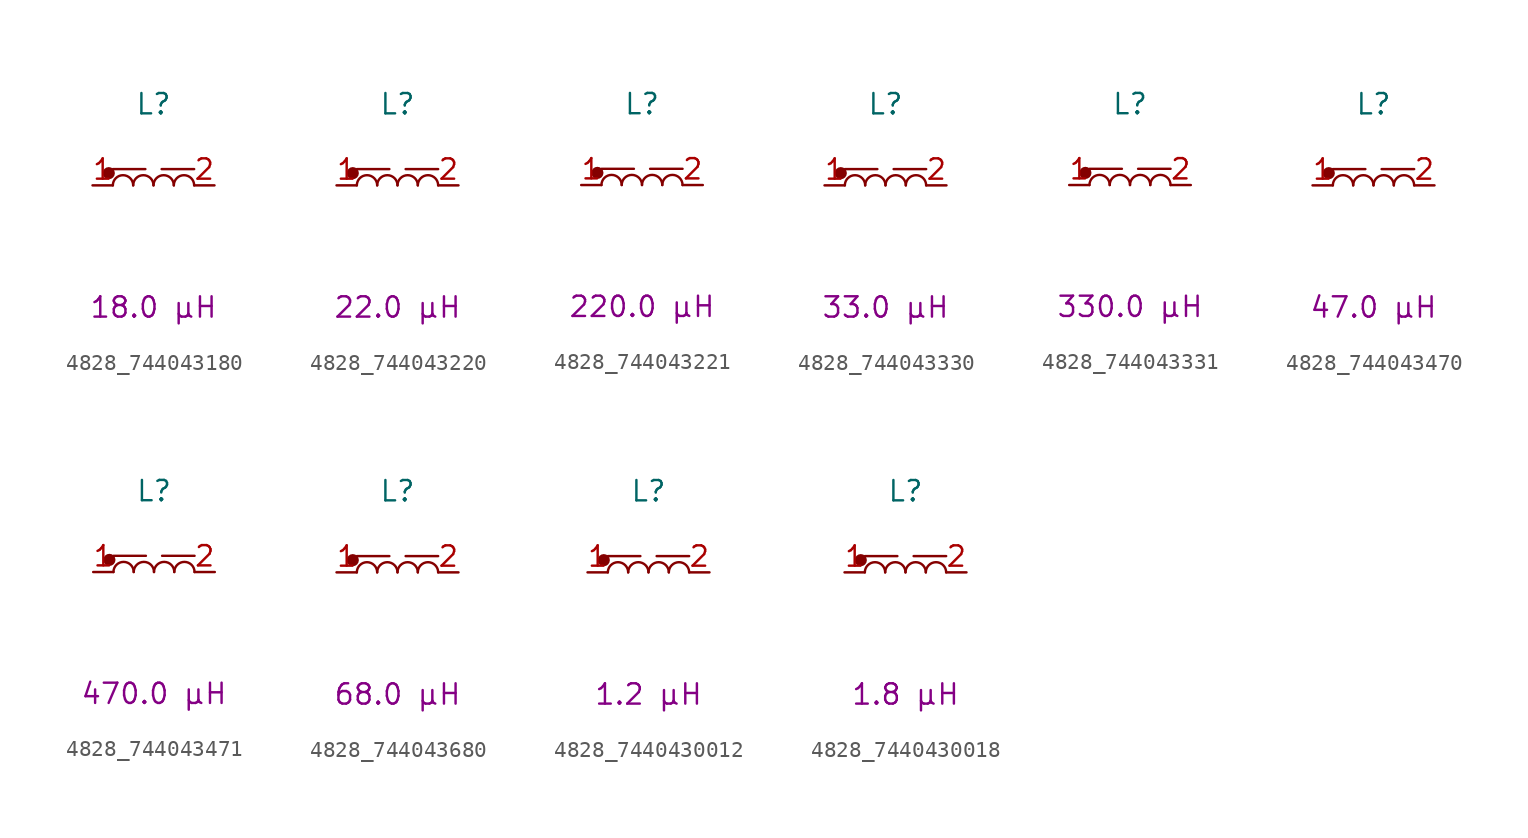
<source format=kicad_sym>
(kicad_symbol_lib
  (version 20220914)
  (generator kicad_symbol_editor)
  (symbol "4828_744043180"
    (pin_names hide)
    (property "Reference" "L"
      (at 0 5.08 0)
      (effects (font (size 1.27 1.27))))
    (property "Critical Parameter" "18.0 µH"
      (at 0 -7.62 0)
      (effects (font (size 1.27 1.27))))
    (symbol "4828_744043180_0_1"
      (arc (start -1.27 0) (mid -1.905 0.6323) (end -2.54 0) (stroke (width 0) (type default)) (fill (type none)))
      (arc (start 0 0) (mid -0.635 0.6323) (end -1.27 0) (stroke (width 0) (type default)) (fill (type none)))
      (polyline (pts (xy -2.54 1.016) (xy -0.508 1.016)) (stroke (width 0) (type default)) (fill (type none)))
      (arc (start 1.27 0) (mid 0.635 0.6323) (end 0 0) (stroke (width 0) (type default)) (fill (type none)))
      (arc (start 2.54 0) (mid 1.905 0.6323) (end 1.27 0) (stroke (width 0) (type default)) (fill (type none))))
    (symbol "4828_744043180_1_1"
      (circle (center -2.794 0.762) (radius 0.0001) (stroke (width 0.381) (type default)) (fill (type none)))
      (polyline (pts (xy 2.54 1.016) (xy 0.508 1.016)) (stroke (width 0) (type default)) (fill (type none)))
      (pin passive line (at -3.81 0 0) (length 1.27) (name "1" (effects (font (size 1.27 1.27)))) (number "1" (effects (font (size 1.27 1.27)))))
      (pin passive line (at 3.81 0 180) (length 1.27) (name "2" (effects (font (size 1.27 1.27)))) (number "2" (effects (font (size 1.27 1.27)))))))
  (symbol "4828_744043220"
    (pin_names hide)
    (property "Reference" "L"
      (at 0 5.08 0)
      (effects (font (size 1.27 1.27))))
    (property "Critical Parameter" "22.0 µH"
      (at 0 -7.62 0)
      (effects (font (size 1.27 1.27))))
    (symbol "4828_744043220_0_1"
      (arc (start -1.27 0) (mid -1.905 0.6323) (end -2.54 0) (stroke (width 0) (type default)) (fill (type none)))
      (arc (start 0 0) (mid -0.635 0.6323) (end -1.27 0) (stroke (width 0) (type default)) (fill (type none)))
      (polyline (pts (xy -2.54 1.016) (xy -0.508 1.016)) (stroke (width 0) (type default)) (fill (type none)))
      (arc (start 1.27 0) (mid 0.635 0.6323) (end 0 0) (stroke (width 0) (type default)) (fill (type none)))
      (arc (start 2.54 0) (mid 1.905 0.6323) (end 1.27 0) (stroke (width 0) (type default)) (fill (type none))))
    (symbol "4828_744043220_1_1"
      (circle (center -2.794 0.762) (radius 0.0001) (stroke (width 0.381) (type default)) (fill (type none)))
      (polyline (pts (xy 2.54 1.016) (xy 0.508 1.016)) (stroke (width 0) (type default)) (fill (type none)))
      (pin passive line (at -3.81 0 0) (length 1.27) (name "1" (effects (font (size 1.27 1.27)))) (number "1" (effects (font (size 1.27 1.27)))))
      (pin passive line (at 3.81 0 180) (length 1.27) (name "2" (effects (font (size 1.27 1.27)))) (number "2" (effects (font (size 1.27 1.27)))))))
  (symbol "4828_744043221"
    (pin_names hide)
    (property "Reference" "L"
      (at 0 5.08 0)
      (effects (font (size 1.27 1.27))))
    (property "Critical Parameter" "220.0 µH"
      (at 0 -7.62 0)
      (effects (font (size 1.27 1.27))))
    (symbol "4828_744043221_0_1"
      (arc (start -1.27 0) (mid -1.905 0.6323) (end -2.54 0) (stroke (width 0) (type default)) (fill (type none)))
      (arc (start 0 0) (mid -0.635 0.6323) (end -1.27 0) (stroke (width 0) (type default)) (fill (type none)))
      (polyline (pts (xy -2.54 1.016) (xy -0.508 1.016)) (stroke (width 0) (type default)) (fill (type none)))
      (arc (start 1.27 0) (mid 0.635 0.6323) (end 0 0) (stroke (width 0) (type default)) (fill (type none)))
      (arc (start 2.54 0) (mid 1.905 0.6323) (end 1.27 0) (stroke (width 0) (type default)) (fill (type none))))
    (symbol "4828_744043221_1_1"
      (circle (center -2.794 0.762) (radius 0.0001) (stroke (width 0.381) (type default)) (fill (type none)))
      (polyline (pts (xy 2.54 1.016) (xy 0.508 1.016)) (stroke (width 0) (type default)) (fill (type none)))
      (pin passive line (at -3.81 0 0) (length 1.27) (name "1" (effects (font (size 1.27 1.27)))) (number "1" (effects (font (size 1.27 1.27)))))
      (pin passive line (at 3.81 0 180) (length 1.27) (name "2" (effects (font (size 1.27 1.27)))) (number "2" (effects (font (size 1.27 1.27)))))))
  (symbol "4828_744043330"
    (pin_names hide)
    (property "Reference" "L"
      (at 0 5.08 0)
      (effects (font (size 1.27 1.27))))
    (property "Critical Parameter" "33.0 µH"
      (at 0 -7.62 0)
      (effects (font (size 1.27 1.27))))
    (symbol "4828_744043330_0_1"
      (arc (start -1.27 0) (mid -1.905 0.6323) (end -2.54 0) (stroke (width 0) (type default)) (fill (type none)))
      (arc (start 0 0) (mid -0.635 0.6323) (end -1.27 0) (stroke (width 0) (type default)) (fill (type none)))
      (polyline (pts (xy -2.54 1.016) (xy -0.508 1.016)) (stroke (width 0) (type default)) (fill (type none)))
      (arc (start 1.27 0) (mid 0.635 0.6323) (end 0 0) (stroke (width 0) (type default)) (fill (type none)))
      (arc (start 2.54 0) (mid 1.905 0.6323) (end 1.27 0) (stroke (width 0) (type default)) (fill (type none))))
    (symbol "4828_744043330_1_1"
      (circle (center -2.794 0.762) (radius 0.0001) (stroke (width 0.381) (type default)) (fill (type none)))
      (polyline (pts (xy 2.54 1.016) (xy 0.508 1.016)) (stroke (width 0) (type default)) (fill (type none)))
      (pin passive line (at -3.81 0 0) (length 1.27) (name "1" (effects (font (size 1.27 1.27)))) (number "1" (effects (font (size 1.27 1.27)))))
      (pin passive line (at 3.81 0 180) (length 1.27) (name "2" (effects (font (size 1.27 1.27)))) (number "2" (effects (font (size 1.27 1.27)))))))
  (symbol "4828_744043331"
    (pin_names hide)
    (property "Reference" "L"
      (at 0 5.08 0)
      (effects (font (size 1.27 1.27))))
    (property "Critical Parameter" "330.0 µH"
      (at 0 -7.62 0)
      (effects (font (size 1.27 1.27))))
    (symbol "4828_744043331_0_1"
      (arc (start -1.27 0) (mid -1.905 0.6323) (end -2.54 0) (stroke (width 0) (type default)) (fill (type none)))
      (arc (start 0 0) (mid -0.635 0.6323) (end -1.27 0) (stroke (width 0) (type default)) (fill (type none)))
      (polyline (pts (xy -2.54 1.016) (xy -0.508 1.016)) (stroke (width 0) (type default)) (fill (type none)))
      (arc (start 1.27 0) (mid 0.635 0.6323) (end 0 0) (stroke (width 0) (type default)) (fill (type none)))
      (arc (start 2.54 0) (mid 1.905 0.6323) (end 1.27 0) (stroke (width 0) (type default)) (fill (type none))))
    (symbol "4828_744043331_1_1"
      (circle (center -2.794 0.762) (radius 0.0001) (stroke (width 0.381) (type default)) (fill (type none)))
      (polyline (pts (xy 2.54 1.016) (xy 0.508 1.016)) (stroke (width 0) (type default)) (fill (type none)))
      (pin passive line (at -3.81 0 0) (length 1.27) (name "1" (effects (font (size 1.27 1.27)))) (number "1" (effects (font (size 1.27 1.27)))))
      (pin passive line (at 3.81 0 180) (length 1.27) (name "2" (effects (font (size 1.27 1.27)))) (number "2" (effects (font (size 1.27 1.27)))))))
  (symbol "4828_744043470"
    (pin_names hide)
    (property "Reference" "L"
      (at 0 5.08 0)
      (effects (font (size 1.27 1.27))))
    (property "Critical Parameter" "47.0 µH"
      (at 0 -7.62 0)
      (effects (font (size 1.27 1.27))))
    (symbol "4828_744043470_0_1"
      (arc (start -1.27 0) (mid -1.905 0.6323) (end -2.54 0) (stroke (width 0) (type default)) (fill (type none)))
      (arc (start 0 0) (mid -0.635 0.6323) (end -1.27 0) (stroke (width 0) (type default)) (fill (type none)))
      (polyline (pts (xy -2.54 1.016) (xy -0.508 1.016)) (stroke (width 0) (type default)) (fill (type none)))
      (arc (start 1.27 0) (mid 0.635 0.6323) (end 0 0) (stroke (width 0) (type default)) (fill (type none)))
      (arc (start 2.54 0) (mid 1.905 0.6323) (end 1.27 0) (stroke (width 0) (type default)) (fill (type none))))
    (symbol "4828_744043470_1_1"
      (circle (center -2.794 0.762) (radius 0.0001) (stroke (width 0.381) (type default)) (fill (type none)))
      (polyline (pts (xy 2.54 1.016) (xy 0.508 1.016)) (stroke (width 0) (type default)) (fill (type none)))
      (pin passive line (at -3.81 0 0) (length 1.27) (name "1" (effects (font (size 1.27 1.27)))) (number "1" (effects (font (size 1.27 1.27)))))
      (pin passive line (at 3.81 0 180) (length 1.27) (name "2" (effects (font (size 1.27 1.27)))) (number "2" (effects (font (size 1.27 1.27)))))))
  (symbol "4828_744043471"
    (pin_names hide)
    (property "Reference" "L"
      (at 0 5.08 0)
      (effects (font (size 1.27 1.27))))
    (property "Critical Parameter" "470.0 µH"
      (at 0 -7.62 0)
      (effects (font (size 1.27 1.27))))
    (symbol "4828_744043471_0_1"
      (arc (start -1.27 0) (mid -1.905 0.6323) (end -2.54 0) (stroke (width 0) (type default)) (fill (type none)))
      (arc (start 0 0) (mid -0.635 0.6323) (end -1.27 0) (stroke (width 0) (type default)) (fill (type none)))
      (polyline (pts (xy -2.54 1.016) (xy -0.508 1.016)) (stroke (width 0) (type default)) (fill (type none)))
      (arc (start 1.27 0) (mid 0.635 0.6323) (end 0 0) (stroke (width 0) (type default)) (fill (type none)))
      (arc (start 2.54 0) (mid 1.905 0.6323) (end 1.27 0) (stroke (width 0) (type default)) (fill (type none))))
    (symbol "4828_744043471_1_1"
      (circle (center -2.794 0.762) (radius 0.0001) (stroke (width 0.381) (type default)) (fill (type none)))
      (polyline (pts (xy 2.54 1.016) (xy 0.508 1.016)) (stroke (width 0) (type default)) (fill (type none)))
      (pin passive line (at -3.81 0 0) (length 1.27) (name "1" (effects (font (size 1.27 1.27)))) (number "1" (effects (font (size 1.27 1.27)))))
      (pin passive line (at 3.81 0 180) (length 1.27) (name "2" (effects (font (size 1.27 1.27)))) (number "2" (effects (font (size 1.27 1.27)))))))
  (symbol "4828_744043680"
    (pin_names hide)
    (property "Reference" "L"
      (at 0 5.08 0)
      (effects (font (size 1.27 1.27))))
    (property "Critical Parameter" "68.0 µH"
      (at 0 -7.62 0)
      (effects (font (size 1.27 1.27))))
    (symbol "4828_744043680_0_1"
      (arc (start -1.27 0) (mid -1.905 0.6323) (end -2.54 0) (stroke (width 0) (type default)) (fill (type none)))
      (arc (start 0 0) (mid -0.635 0.6323) (end -1.27 0) (stroke (width 0) (type default)) (fill (type none)))
      (polyline (pts (xy -2.54 1.016) (xy -0.508 1.016)) (stroke (width 0) (type default)) (fill (type none)))
      (arc (start 1.27 0) (mid 0.635 0.6323) (end 0 0) (stroke (width 0) (type default)) (fill (type none)))
      (arc (start 2.54 0) (mid 1.905 0.6323) (end 1.27 0) (stroke (width 0) (type default)) (fill (type none))))
    (symbol "4828_744043680_1_1"
      (circle (center -2.794 0.762) (radius 0.0001) (stroke (width 0.381) (type default)) (fill (type none)))
      (polyline (pts (xy 2.54 1.016) (xy 0.508 1.016)) (stroke (width 0) (type default)) (fill (type none)))
      (pin passive line (at -3.81 0 0) (length 1.27) (name "1" (effects (font (size 1.27 1.27)))) (number "1" (effects (font (size 1.27 1.27)))))
      (pin passive line (at 3.81 0 180) (length 1.27) (name "2" (effects (font (size 1.27 1.27)))) (number "2" (effects (font (size 1.27 1.27)))))))
  (symbol "4828_7440430012"
    (pin_names hide)
    (property "Reference" "L"
      (at 0 5.08 0)
      (effects (font (size 1.27 1.27))))
    (property "Critical Parameter" "1.2 µH"
      (at 0 -7.62 0)
      (effects (font (size 1.27 1.27))))
    (symbol "4828_7440430012_0_1"
      (arc (start -1.27 0) (mid -1.905 0.6323) (end -2.54 0) (stroke (width 0) (type default)) (fill (type none)))
      (arc (start 0 0) (mid -0.635 0.6323) (end -1.27 0) (stroke (width 0) (type default)) (fill (type none)))
      (polyline (pts (xy -2.54 1.016) (xy -0.508 1.016)) (stroke (width 0) (type default)) (fill (type none)))
      (arc (start 1.27 0) (mid 0.635 0.6323) (end 0 0) (stroke (width 0) (type default)) (fill (type none)))
      (arc (start 2.54 0) (mid 1.905 0.6323) (end 1.27 0) (stroke (width 0) (type default)) (fill (type none))))
    (symbol "4828_7440430012_1_1"
      (circle (center -2.794 0.762) (radius 0.0001) (stroke (width 0.381) (type default)) (fill (type none)))
      (polyline (pts (xy 2.54 1.016) (xy 0.508 1.016)) (stroke (width 0) (type default)) (fill (type none)))
      (pin passive line (at -3.81 0 0) (length 1.27) (name "1" (effects (font (size 1.27 1.27)))) (number "1" (effects (font (size 1.27 1.27)))))
      (pin passive line (at 3.81 0 180) (length 1.27) (name "2" (effects (font (size 1.27 1.27)))) (number "2" (effects (font (size 1.27 1.27)))))))
  (symbol "4828_7440430018"
    (pin_names hide)
    (property "Reference" "L"
      (at 0 5.08 0)
      (effects (font (size 1.27 1.27))))
    (property "Critical Parameter" "1.8 µH"
      (at 0 -7.62 0)
      (effects (font (size 1.27 1.27))))
    (symbol "4828_7440430018_0_1"
      (arc (start -1.27 0) (mid -1.905 0.6323) (end -2.54 0) (stroke (width 0) (type default)) (fill (type none)))
      (arc (start 0 0) (mid -0.635 0.6323) (end -1.27 0) (stroke (width 0) (type default)) (fill (type none)))
      (polyline (pts (xy -2.54 1.016) (xy -0.508 1.016)) (stroke (width 0) (type default)) (fill (type none)))
      (arc (start 1.27 0) (mid 0.635 0.6323) (end 0 0) (stroke (width 0) (type default)) (fill (type none)))
      (arc (start 2.54 0) (mid 1.905 0.6323) (end 1.27 0) (stroke (width 0) (type default)) (fill (type none))))
    (symbol "4828_7440430018_1_1"
      (circle (center -2.794 0.762) (radius 0.0001) (stroke (width 0.381) (type default)) (fill (type none)))
      (polyline (pts (xy 2.54 1.016) (xy 0.508 1.016)) (stroke (width 0) (type default)) (fill (type none)))
      (pin passive line (at -3.81 0 0) (length 1.27) (name "1" (effects (font (size 1.27 1.27)))) (number "1" (effects (font (size 1.27 1.27)))))
      (pin passive line (at 3.81 0 180) (length 1.27) (name "2" (effects (font (size 1.27 1.27)))) (number "2" (effects (font (size 1.27 1.27))))))))
</source>
